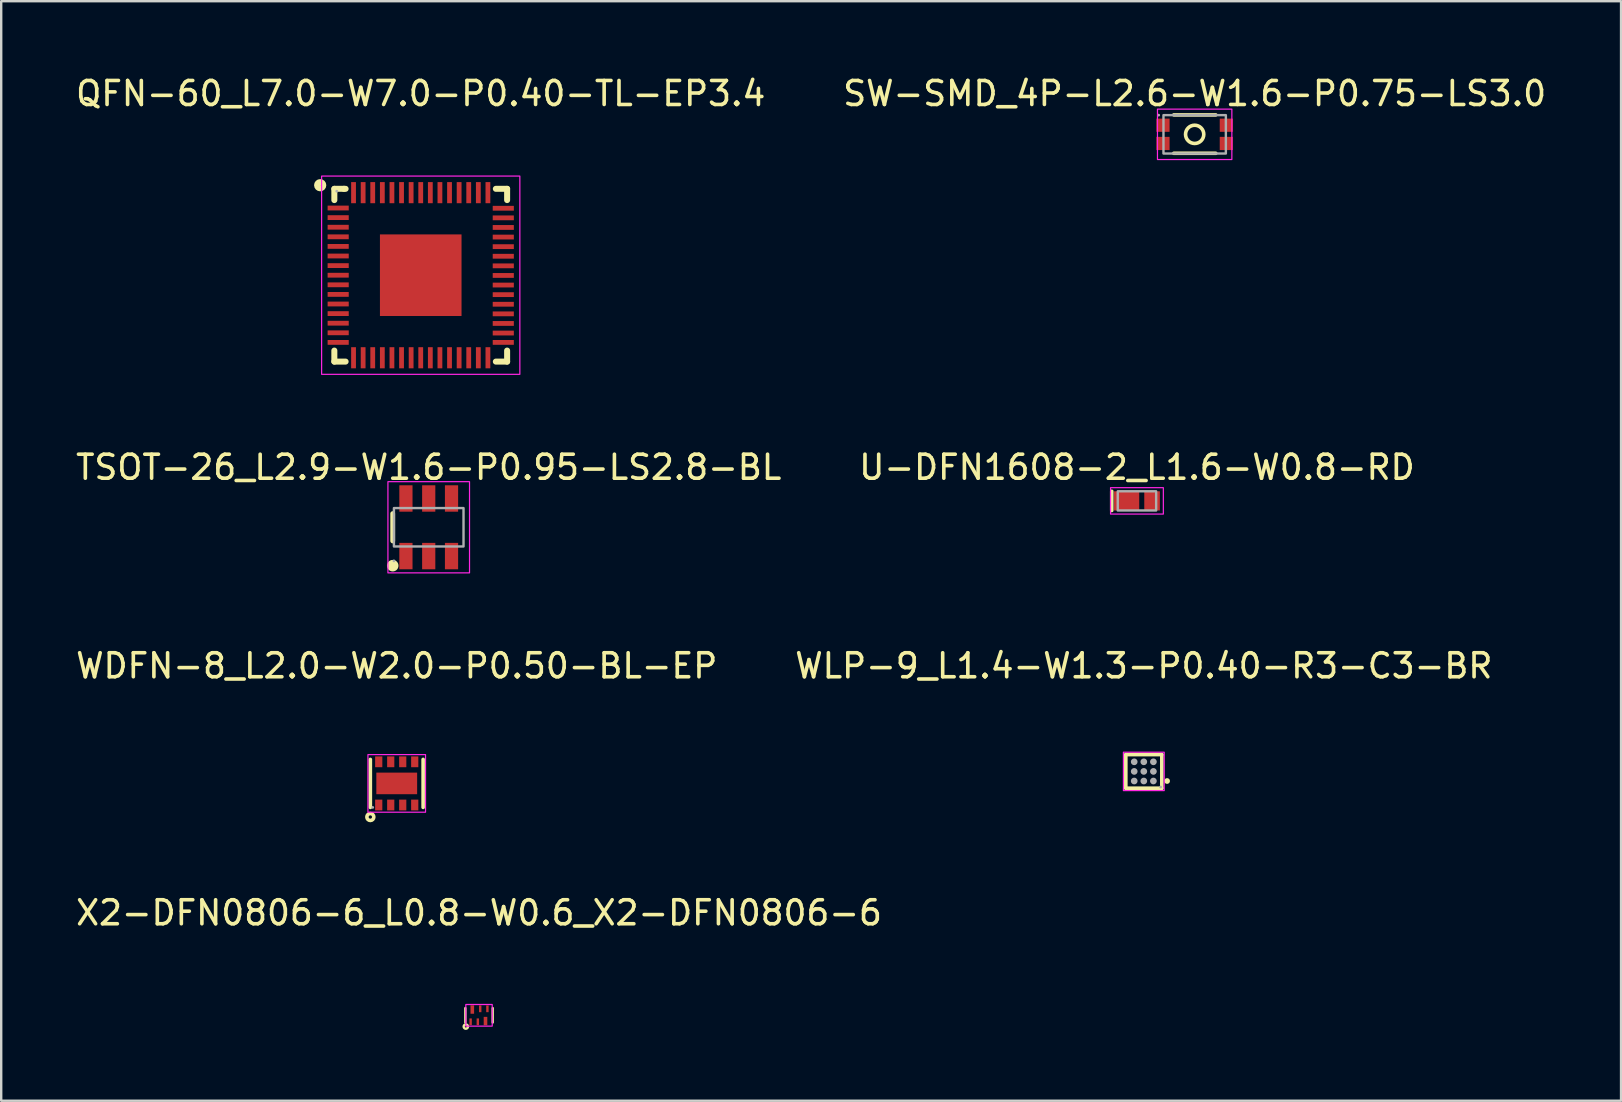
<source format=kicad_pcb>
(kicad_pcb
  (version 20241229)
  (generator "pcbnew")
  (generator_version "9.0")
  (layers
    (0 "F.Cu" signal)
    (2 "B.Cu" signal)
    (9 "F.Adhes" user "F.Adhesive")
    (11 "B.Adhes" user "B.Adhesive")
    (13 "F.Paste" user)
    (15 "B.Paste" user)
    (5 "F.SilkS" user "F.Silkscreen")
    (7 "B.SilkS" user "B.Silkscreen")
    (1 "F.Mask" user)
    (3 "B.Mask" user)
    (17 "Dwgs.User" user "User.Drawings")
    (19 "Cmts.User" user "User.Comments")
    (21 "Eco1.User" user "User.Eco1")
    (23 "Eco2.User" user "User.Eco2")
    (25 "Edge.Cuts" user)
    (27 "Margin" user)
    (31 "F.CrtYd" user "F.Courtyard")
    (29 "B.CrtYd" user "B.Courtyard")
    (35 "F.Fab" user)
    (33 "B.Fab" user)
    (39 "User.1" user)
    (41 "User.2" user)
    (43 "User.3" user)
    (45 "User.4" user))
  (footprint "TSOT-26_L2.9-W1.6-P0.95-LS2.8-BL"
    (layer "F.Cu")
    (at 14.815 18.922)
    (property "Reference" "TSOT-26_L2.9-W1.6-P0.95-LS2.8-BL" (at 0 -2.5 0) (layer "F.SilkS") (effects (font (size 1 1) (thickness 0.15))))
    (attr smd)
    (fp_line (start -1.5 0.57) (end -1.5 -0.57) (stroke (width 0.2) (type solid)) (layer "F.SilkS"))
    (fp_circle (center -1.5 1.6) (end -1.36 1.6) (stroke (width 0.2) (type solid)) (fill yes) (layer "F.SilkS"))
    (fp_rect (start -1.7 -1.9) (end 1.7 1.9) (stroke (width 0.05) (type default)) (fill no) (layer "F.CrtYd"))
    (fp_rect (start -1.45 -0.8) (end 1.45 0.8) (stroke (width 0.1) (type default)) (fill no) (layer "F.Fab"))
    (fp_circle (center -1.45 1.4) (end -1.42 1.4) (stroke (width 0.06) (type solid)) (fill no) (layer "F.Fab"))
    (pad "1" smd rect (at -0.95 1.2 180) (size 0.55 1.1) (layers "F.Cu" "F.Mask" "F.Paste"))
    (pad "2" smd rect (at 0 1.2 180) (size 0.55 1.1) (layers "F.Cu" "F.Mask" "F.Paste"))
    (pad "3" smd rect (at 0.95 1.2 180) (size 0.55 1.1) (layers "F.Cu" "F.Mask" "F.Paste"))
    (pad "4" smd rect (at 0.95 -1.2 180) (size 0.55 1.1) (layers "F.Cu" "F.Mask" "F.Paste"))
    (pad "5" smd rect (at 0 -1.2 180) (size 0.55 1.1) (layers "F.Cu" "F.Mask" "F.Paste"))
    (pad "6" smd rect (at -0.95 -1.2 180) (size 0.55 1.1) (layers "F.Cu" "F.Mask" "F.Paste")))
  (footprint "X2-DFN0806-6_L0.8-W0.6_X2-DFN0806-6"
    (layer "F.Cu")
    (at 16.911 39.258)
    (property "Reference" "X2-DFN0806-6_L0.8-W0.6_X2-DFN0806-6" (at 0 -4.27 0) (layer "F.SilkS") (effects (font (size 1 1) (thickness 0.15))))
    (attr smd)
    (fp_line (start -0.57 -0.3) (end -0.57 0.3) (stroke (width 0.1) (type solid)) (layer "F.SilkS"))
    (fp_line (start 0.57 0.3) (end 0.57 -0.3) (stroke (width 0.1) (type solid)) (layer "F.SilkS"))
    (fp_circle (center -0.55 0.47) (end -0.51 0.47) (stroke (width 0.1) (type solid)) (fill no) (layer "F.SilkS"))
    (fp_rect (start -0.55 -0.45) (end 0.55 0.45) (stroke (width 0.05) (type default)) (fill no) (layer "F.CrtYd"))
    (pad "1" smd rect (at -0.35 0.27 180) (size 0.1 0.28) (layers "F.Cu" "F.Mask" "F.Paste"))
    (pad "2" smd rect (at -0.05 0.27 180) (size 0.1 0.28) (layers "F.Cu" "F.Mask" "F.Paste"))
    (pad "3" smd rect (at 0.27 0.24 180) (size 0.15 0.35) (layers "F.Cu" "F.Mask" "F.Paste"))
    (pad "4" smd rect (at 0.35 -0.27 180) (size 0.1 0.28) (layers "F.Cu" "F.Mask" "F.Paste"))
    (pad "5" smd rect (at 0.05 -0.27 180) (size 0.1 0.28) (layers "F.Cu" "F.Mask" "F.Paste"))
    (pad "6" smd rect (at -0.28 -0.24 180) (size 0.15 0.35) (layers "F.Cu" "F.Mask" "F.Paste")))
  (footprint "QFN-60_L7.0-W7.0-P0.40-TL-EP3.4"
    (layer "F.Cu")
    (at 14.482 8.418)
    (property "Reference" "QFN-60_L7.0-W7.0-P0.40-TL-EP3.4" (at 0 -7.57 0) (layer "F.SilkS") (effects (font (size 1 1) (thickness 0.15))))
    (attr smd)
    (fp_line (start -3.6 -3.6) (end -3.6 -3.13) (stroke (width 0.25) (type solid)) (layer "F.SilkS"))
    (fp_line (start -3.6 3.14) (end -3.6 3.6) (stroke (width 0.25) (type solid)) (layer "F.SilkS"))
    (fp_line (start -3.6 3.6) (end -3.13 3.6) (stroke (width 0.25) (type solid)) (layer "F.SilkS"))
    (fp_line (start -3.2 -3.6) (end -3.6 -3.6) (stroke (width 0.25) (type solid)) (layer "F.SilkS"))
    (fp_line (start -3.13 -3.6) (end -3.2 -3.6) (stroke (width 0.25) (type solid)) (layer "F.SilkS"))
    (fp_line (start 3.13 3.6) (end 3.6 3.6) (stroke (width 0.25) (type solid)) (layer "F.SilkS"))
    (fp_line (start 3.6 -3.6) (end 3.13 -3.6) (stroke (width 0.25) (type solid)) (layer "F.SilkS"))
    (fp_line (start 3.6 -3.13) (end 3.6 -3.6) (stroke (width 0.25) (type solid)) (layer "F.SilkS"))
    (fp_line (start 3.6 3.6) (end 3.6 3.14) (stroke (width 0.25) (type solid)) (layer "F.SilkS"))
    (fp_circle (center -4.19 -3.75) (end -4.06 -3.75) (stroke (width 0.25) (type solid)) (fill no) (layer "F.SilkS"))
    (fp_rect (start -4.13 -4.13) (end 4.13 4.13) (stroke (width 0.05) (type default)) (fill no) (layer "F.CrtYd"))
    (fp_circle (center -3.5 -3.5) (end -3.47 -3.5) (stroke (width 0.06) (type solid)) (fill no) (layer "F.Fab"))
    (pad "1" smd rect (at -3.44 -2.8) (size 0.88 0.2) (layers "F.Cu" "F.Mask" "F.Paste"))
    (pad "2" smd rect (at -3.44 -2.4) (size 0.88 0.2) (layers "F.Cu" "F.Mask" "F.Paste"))
    (pad "3" smd rect (at -3.44 -2) (size 0.88 0.2) (layers "F.Cu" "F.Mask" "F.Paste"))
    (pad "4" smd rect (at -3.44 -1.6) (size 0.88 0.2) (layers "F.Cu" "F.Mask" "F.Paste"))
    (pad "5" smd rect (at -3.44 -1.2) (size 0.88 0.2) (layers "F.Cu" "F.Mask" "F.Paste"))
    (pad "6" smd rect (at -3.44 -0.8) (size 0.88 0.2) (layers "F.Cu" "F.Mask" "F.Paste"))
    (pad "7" smd rect (at -3.44 -0.4) (size 0.88 0.2) (layers "F.Cu" "F.Mask" "F.Paste"))
    (pad "8" smd rect (at -3.44 0) (size 0.88 0.2) (layers "F.Cu" "F.Mask" "F.Paste"))
    (pad "9" smd rect (at -3.44 0.4) (size 0.88 0.2) (layers "F.Cu" "F.Mask" "F.Paste"))
    (pad "10" smd rect (at -3.44 0.8) (size 0.88 0.2) (layers "F.Cu" "F.Mask" "F.Paste"))
    (pad "11" smd rect (at -3.44 1.2) (size 0.88 0.2) (layers "F.Cu" "F.Mask" "F.Paste"))
    (pad "12" smd rect (at -3.44 1.6) (size 0.88 0.2) (layers "F.Cu" "F.Mask" "F.Paste"))
    (pad "13" smd rect (at -3.44 2) (size 0.88 0.2) (layers "F.Cu" "F.Mask" "F.Paste"))
    (pad "14" smd rect (at -3.44 2.4) (size 0.88 0.2) (layers "F.Cu" "F.Mask" "F.Paste"))
    (pad "15" smd rect (at -3.44 2.8) (size 0.88 0.2) (layers "F.Cu" "F.Mask" "F.Paste"))
    (pad "16" smd rect (at -2.8 3.44) (size 0.2 0.88) (layers "F.Cu" "F.Mask" "F.Paste"))
    (pad "17" smd rect (at -2.4 3.44) (size 0.2 0.88) (layers "F.Cu" "F.Mask" "F.Paste"))
    (pad "18" smd rect (at -2 3.44) (size 0.2 0.88) (layers "F.Cu" "F.Mask" "F.Paste"))
    (pad "19" smd rect (at -1.6 3.44) (size 0.2 0.88) (layers "F.Cu" "F.Mask" "F.Paste"))
    (pad "20" smd rect (at -1.2 3.44) (size 0.2 0.88) (layers "F.Cu" "F.Mask" "F.Paste"))
    (pad "21" smd rect (at -0.8 3.44) (size 0.2 0.88) (layers "F.Cu" "F.Mask" "F.Paste"))
    (pad "22" smd rect (at -0.4 3.44) (size 0.2 0.88) (layers "F.Cu" "F.Mask" "F.Paste"))
    (pad "23" smd rect (at 0 3.44) (size 0.2 0.88) (layers "F.Cu" "F.Mask" "F.Paste"))
    (pad "24" smd rect (at 0.4 3.44) (size 0.2 0.88) (layers "F.Cu" "F.Mask" "F.Paste"))
    (pad "25" smd rect (at 0.8 3.44) (size 0.2 0.88) (layers "F.Cu" "F.Mask" "F.Paste"))
    (pad "26" smd rect (at 1.2 3.44) (size 0.2 0.88) (layers "F.Cu" "F.Mask" "F.Paste"))
    (pad "27" smd rect (at 1.6 3.44) (size 0.2 0.88) (layers "F.Cu" "F.Mask" "F.Paste"))
    (pad "28" smd rect (at 2 3.44) (size 0.2 0.88) (layers "F.Cu" "F.Mask" "F.Paste"))
    (pad "29" smd rect (at 2.4 3.44) (size 0.2 0.88) (layers "F.Cu" "F.Mask" "F.Paste"))
    (pad "30" smd rect (at 2.8 3.44) (size 0.2 0.88) (layers "F.Cu" "F.Mask" "F.Paste"))
    (pad "31" smd rect (at 3.44 2.8) (size 0.88 0.2) (layers "F.Cu" "F.Mask" "F.Paste"))
    (pad "32" smd rect (at 3.44 2.41) (size 0.88 0.2) (layers "F.Cu" "F.Mask" "F.Paste"))
    (pad "33" smd rect (at 3.44 2.01) (size 0.88 0.2) (layers "F.Cu" "F.Mask" "F.Paste"))
    (pad "34" smd rect (at 3.44 1.61) (size 0.88 0.2) (layers "F.Cu" "F.Mask" "F.Paste"))
    (pad "35" smd rect (at 3.44 1.21) (size 0.88 0.2) (layers "F.Cu" "F.Mask" "F.Paste"))
    (pad "36" smd rect (at 3.44 0.81) (size 0.88 0.2) (layers "F.Cu" "F.Mask" "F.Paste"))
    (pad "37" smd rect (at 3.44 0.41) (size 0.88 0.2) (layers "F.Cu" "F.Mask" "F.Paste"))
    (pad "38" smd rect (at 3.44 0.01) (size 0.88 0.2) (layers "F.Cu" "F.Mask" "F.Paste"))
    (pad "39" smd rect (at 3.44 -0.39) (size 0.88 0.2) (layers "F.Cu" "F.Mask" "F.Paste"))
    (pad "40" smd rect (at 3.44 -0.79) (size 0.88 0.2) (layers "F.Cu" "F.Mask" "F.Paste"))
    (pad "41" smd rect (at 3.44 -1.19) (size 0.88 0.2) (layers "F.Cu" "F.Mask" "F.Paste"))
    (pad "42" smd rect (at 3.44 -1.59) (size 0.88 0.2) (layers "F.Cu" "F.Mask" "F.Paste"))
    (pad "43" smd rect (at 3.44 -1.99) (size 0.88 0.2) (layers "F.Cu" "F.Mask" "F.Paste"))
    (pad "44" smd rect (at 3.44 -2.39) (size 0.88 0.2) (layers "F.Cu" "F.Mask" "F.Paste"))
    (pad "45" smd rect (at 3.44 -2.79) (size 0.88 0.2) (layers "F.Cu" "F.Mask" "F.Paste"))
    (pad "46" smd rect (at 2.8 -3.44) (size 0.2 0.88) (layers "F.Cu" "F.Mask" "F.Paste"))
    (pad "47" smd rect (at 2.4 -3.44) (size 0.2 0.88) (layers "F.Cu" "F.Mask" "F.Paste"))
    (pad "48" smd rect (at 2 -3.44) (size 0.2 0.88) (layers "F.Cu" "F.Mask" "F.Paste"))
    (pad "49" smd rect (at 1.6 -3.44) (size 0.2 0.88) (layers "F.Cu" "F.Mask" "F.Paste"))
    (pad "50" smd rect (at 1.2 -3.44) (size 0.2 0.88) (layers "F.Cu" "F.Mask" "F.Paste"))
    (pad "51" smd rect (at 0.8 -3.44) (size 0.2 0.88) (layers "F.Cu" "F.Mask" "F.Paste"))
    (pad "52" smd rect (at 0.4 -3.44) (size 0.2 0.88) (layers "F.Cu" "F.Mask" "F.Paste"))
    (pad "53" smd rect (at 0 -3.44) (size 0.2 0.88) (layers "F.Cu" "F.Mask" "F.Paste"))
    (pad "54" smd rect (at -0.4 -3.44) (size 0.2 0.88) (layers "F.Cu" "F.Mask" "F.Paste"))
    (pad "55" smd rect (at -0.8 -3.44) (size 0.2 0.88) (layers "F.Cu" "F.Mask" "F.Paste"))
    (pad "56" smd rect (at -1.2 -3.44) (size 0.2 0.88) (layers "F.Cu" "F.Mask" "F.Paste"))
    (pad "57" smd rect (at -1.6 -3.44) (size 0.2 0.88) (layers "F.Cu" "F.Mask" "F.Paste"))
    (pad "58" smd rect (at -2 -3.44) (size 0.2 0.88) (layers "F.Cu" "F.Mask" "F.Paste"))
    (pad "59" smd rect (at -2.4 -3.44) (size 0.2 0.88) (layers "F.Cu" "F.Mask" "F.Paste"))
    (pad "60" smd rect (at -2.8 -3.44) (size 0.2 0.88) (layers "F.Cu" "F.Mask" "F.Paste"))
    (pad "61" smd rect (at 0 0) (size 3.4 3.4) (layers "F.Cu" "F.Mask" "F.Paste")))
  (footprint "SW-SMD_4P-L2.6-W1.6-P0.75-LS3.0"
    (layer "F.Cu")
    (at 46.732 2.548)
    (property "Reference" "SW-SMD_4P-L2.6-W1.6-P0.75-LS3.0" (at 0 -1.7 0) (layer "F.SilkS") (effects (font (size 1 1) (thickness 0.15))))
    (attr smd)
    (fp_line (start -0.87 -0.81) (end 0.88 -0.81) (stroke (width 0.15) (type solid)) (layer "F.SilkS"))
    (fp_line (start -0.87 0.79) (end 0.88 0.79) (stroke (width 0.15) (type solid)) (layer "F.SilkS"))
    (fp_circle (center 0 0) (end 0.38 0) (stroke (width 0.15) (type solid)) (fill no) (layer "F.SilkS"))
    (fp_rect (start -1.55 -1.05) (end 1.55 1.05) (stroke (width 0.05) (type default)) (fill no) (layer "F.CrtYd"))
    (fp_rect (start -1.3 -0.8) (end 1.3 0.8) (stroke (width 0.1) (type default)) (fill no) (layer "F.Fab"))
    (fp_circle (center -1.5 -0.8) (end -1.47 -0.8) (stroke (width 0.06) (type solid)) (fill no) (layer "F.Fab"))
    (pad "1" smd rect (at -1.32 -0.38) (size 0.55 0.55) (layers "F.Cu" "F.Mask" "F.Paste"))
    (pad "2" smd rect (at -1.32 0.38) (size 0.55 0.55) (layers "F.Cu" "F.Mask" "F.Paste"))
    (pad "3" smd rect (at 1.32 -0.38) (size 0.55 0.55) (layers "F.Cu" "F.Mask" "F.Paste"))
    (pad "4" smd rect (at 1.32 0.38) (size 0.55 0.55) (layers "F.Cu" "F.Mask" "F.Paste")))
  (footprint "WLP-9_L1.4-W1.3-P0.40-R3-C3-BR"
    (layer "F.Cu")
    (at 44.613 29.095)
    (property "Reference" "WLP-9_L1.4-W1.3-P0.40-R3-C3-BR" (at 0 -4.4 0) (layer "F.SilkS") (effects (font (size 1 1) (thickness 0.15))))
    (attr smd)
    (fp_line (start -0.75 0.7) (end -0.75 -0.7) (stroke (width 0.15) (type solid)) (layer "F.SilkS"))
    (fp_line (start 0.75 -0.7) (end -0.75 -0.7) (stroke (width 0.15) (type solid)) (layer "F.SilkS"))
    (fp_line (start 0.75 0.7) (end -0.75 0.7) (stroke (width 0.15) (type solid)) (layer "F.SilkS"))
    (fp_line (start 0.75 0.7) (end 0.75 -0.7) (stroke (width 0.15) (type solid)) (layer "F.SilkS"))
    (fp_circle (center 0.97 0.4) (end 1.04 0.4) (stroke (width 0.1) (type solid)) (fill yes) (layer "F.SilkS"))
    (fp_rect (start -0.85 -0.8) (end 0.85 0.8) (stroke (width 0.05) (type default)) (fill no) (layer "F.CrtYd"))
    (fp_circle (center -0.4 -0.4) (end -0.33 -0.4) (stroke (width 0.14) (type solid)) (fill no) (layer "F.Fab"))
    (fp_circle (center -0.4 0) (end -0.33 0) (stroke (width 0.14) (type solid)) (fill no) (layer "F.Fab"))
    (fp_circle (center -0.4 0.4) (end -0.33 0.4) (stroke (width 0.14) (type solid)) (fill no) (layer "F.Fab"))
    (fp_circle (center 0 -0.4) (end 0.07 -0.4) (stroke (width 0.14) (type solid)) (fill no) (layer "F.Fab"))
    (fp_circle (center 0 0) (end 0.07 0) (stroke (width 0.14) (type solid)) (fill no) (layer "F.Fab"))
    (fp_circle (center 0 0.4) (end 0.07 0.4) (stroke (width 0.14) (type solid)) (fill no) (layer "F.Fab"))
    (fp_circle (center 0.4 -0.4) (end 0.47 -0.4) (stroke (width 0.14) (type solid)) (fill no) (layer "F.Fab"))
    (fp_circle (center 0.4 0) (end 0.47 0) (stroke (width 0.14) (type solid)) (fill no) (layer "F.Fab"))
    (fp_circle (center 0.4 0.4) (end 0.47 0.4) (stroke (width 0.14) (type solid)) (fill no) (layer "F.Fab"))
    (fp_circle (center 0.7 0.65) (end 0.73 0.65) (stroke (width 0.06) (type solid)) (fill no) (layer "F.Fab"))
    (pad "A1" smd circle (at 0.4 0.4 180) (size 0.23 0.23) (layers "F.Cu" "F.Mask" "F.Paste"))
    (pad "A2" smd circle (at 0 0.4 180) (size 0.23 0.23) (layers "F.Cu" "F.Mask" "F.Paste"))
    (pad "A3" smd circle (at -0.4 0.4 180) (size 0.23 0.23) (layers "F.Cu" "F.Mask" "F.Paste"))
    (pad "B1" smd circle (at 0.4 0 180) (size 0.23 0.23) (layers "F.Cu" "F.Mask" "F.Paste"))
    (pad "B2" smd circle (at 0 0 180) (size 0.23 0.23) (layers "F.Cu" "F.Mask" "F.Paste"))
    (pad "B3" smd circle (at -0.4 0 180) (size 0.23 0.23) (layers "F.Cu" "F.Mask" "F.Paste"))
    (pad "C1" smd circle (at 0.4 -0.4 180) (size 0.23 0.23) (layers "F.Cu" "F.Mask" "F.Paste"))
    (pad "C2" smd circle (at 0 -0.4 180) (size 0.23 0.23) (layers "F.Cu" "F.Mask" "F.Paste"))
    (pad "C3" smd circle (at -0.4 -0.4 180) (size 0.23 0.23) (layers "F.Cu" "F.Mask" "F.Paste")))
  (footprint "WDFN-8_L2.0-W2.0-P0.50-BL-EP"
    (layer "F.Cu")
    (at 13.482 29.595)
    (property "Reference" "WDFN-8_L2.0-W2.0-P0.50-BL-EP" (at 0 -4.9 0) (layer "F.SilkS") (effects (font (size 1 1) (thickness 0.15))))
    (attr smd)
    (fp_line (start -1.1 1) (end -1.1 -1) (stroke (width 0.15) (type solid)) (layer "F.SilkS"))
    (fp_line (start 1.1 1) (end 1.1 -1) (stroke (width 0.15) (type solid)) (layer "F.SilkS"))
    (fp_circle (center -1.1 1.4) (end -1.03 1.4) (stroke (width 0.15) (type solid)) (fill no) (layer "F.SilkS"))
    (fp_rect (start -1.2 -1.2) (end 1.2 1.2) (stroke (width 0.05) (type solid)) (fill no) (layer "F.CrtYd"))
    (fp_circle (center -1 1) (end -0.97 1) (stroke (width 0.06) (type solid)) (fill no) (layer "F.Fab"))
    (pad "1" smd rect (at -0.75 0.9 90) (size 0.45 0.3) (layers "F.Cu" "F.Mask" "F.Paste"))
    (pad "2" smd rect (at -0.25 0.9 90) (size 0.45 0.3) (layers "F.Cu" "F.Mask" "F.Paste"))
    (pad "3" smd rect (at 0.25 0.9 90) (size 0.45 0.3) (layers "F.Cu" "F.Mask" "F.Paste"))
    (pad "4" smd rect (at 0.75 0.9 90) (size 0.45 0.3) (layers "F.Cu" "F.Mask" "F.Paste"))
    (pad "5" smd rect (at 0.75 -0.9 90) (size 0.45 0.3) (layers "F.Cu" "F.Mask" "F.Paste"))
    (pad "6" smd rect (at 0.25 -0.9 90) (size 0.45 0.3) (layers "F.Cu" "F.Mask" "F.Paste"))
    (pad "7" smd rect (at -0.25 -0.9 90) (size 0.45 0.3) (layers "F.Cu" "F.Mask" "F.Paste"))
    (pad "8" smd rect (at -0.75 -0.9 90) (size 0.45 0.3) (layers "F.Cu" "F.Mask" "F.Paste"))
    (pad "9" smd rect (at 0 0 90) (size 0.9 1.7) (layers "F.Cu" "F.Mask" "F.Paste")))
  (footprint "U-DFN1608-2_L1.6-W0.8-RD"
    (layer "F.Cu")
    (at 44.327 17.822)
    (property "Reference" "U-DFN1608-2_L1.6-W0.8-RD" (at 0 -1.4 0) (layer "F.SilkS") (effects (font (size 1 1) (thickness 0.15))))
    (attr smd)
    (fp_line (start -1.05 0.4) (end -1.05 -0.4) (stroke (width 0.15) (type solid)) (layer "F.SilkS"))
    (fp_rect (start -1.1 -0.55) (end 1.1 0.55) (stroke (width 0.05) (type default)) (fill no) (layer "F.CrtYd"))
    (fp_rect (start -0.8 -0.4) (end 0.8 0.4) (stroke (width 0.1) (type default)) (fill no) (layer "F.Fab"))
    (pad "1" smd rect (at -0.43 0 90) (size 0.8 1.05) (layers "F.Cu" "F.Mask" "F.Paste"))
    (pad "2" smd rect (at 0.63 0 90) (size 0.8 0.65) (layers "F.Cu" "F.Mask" "F.Paste")))
  (gr_rect
    (start -3 -3)
    (end 64.5 42.818)
    (stroke (width 0.1) (type default))
    (fill no)
    (layer "Edge.Cuts")))
</source>
